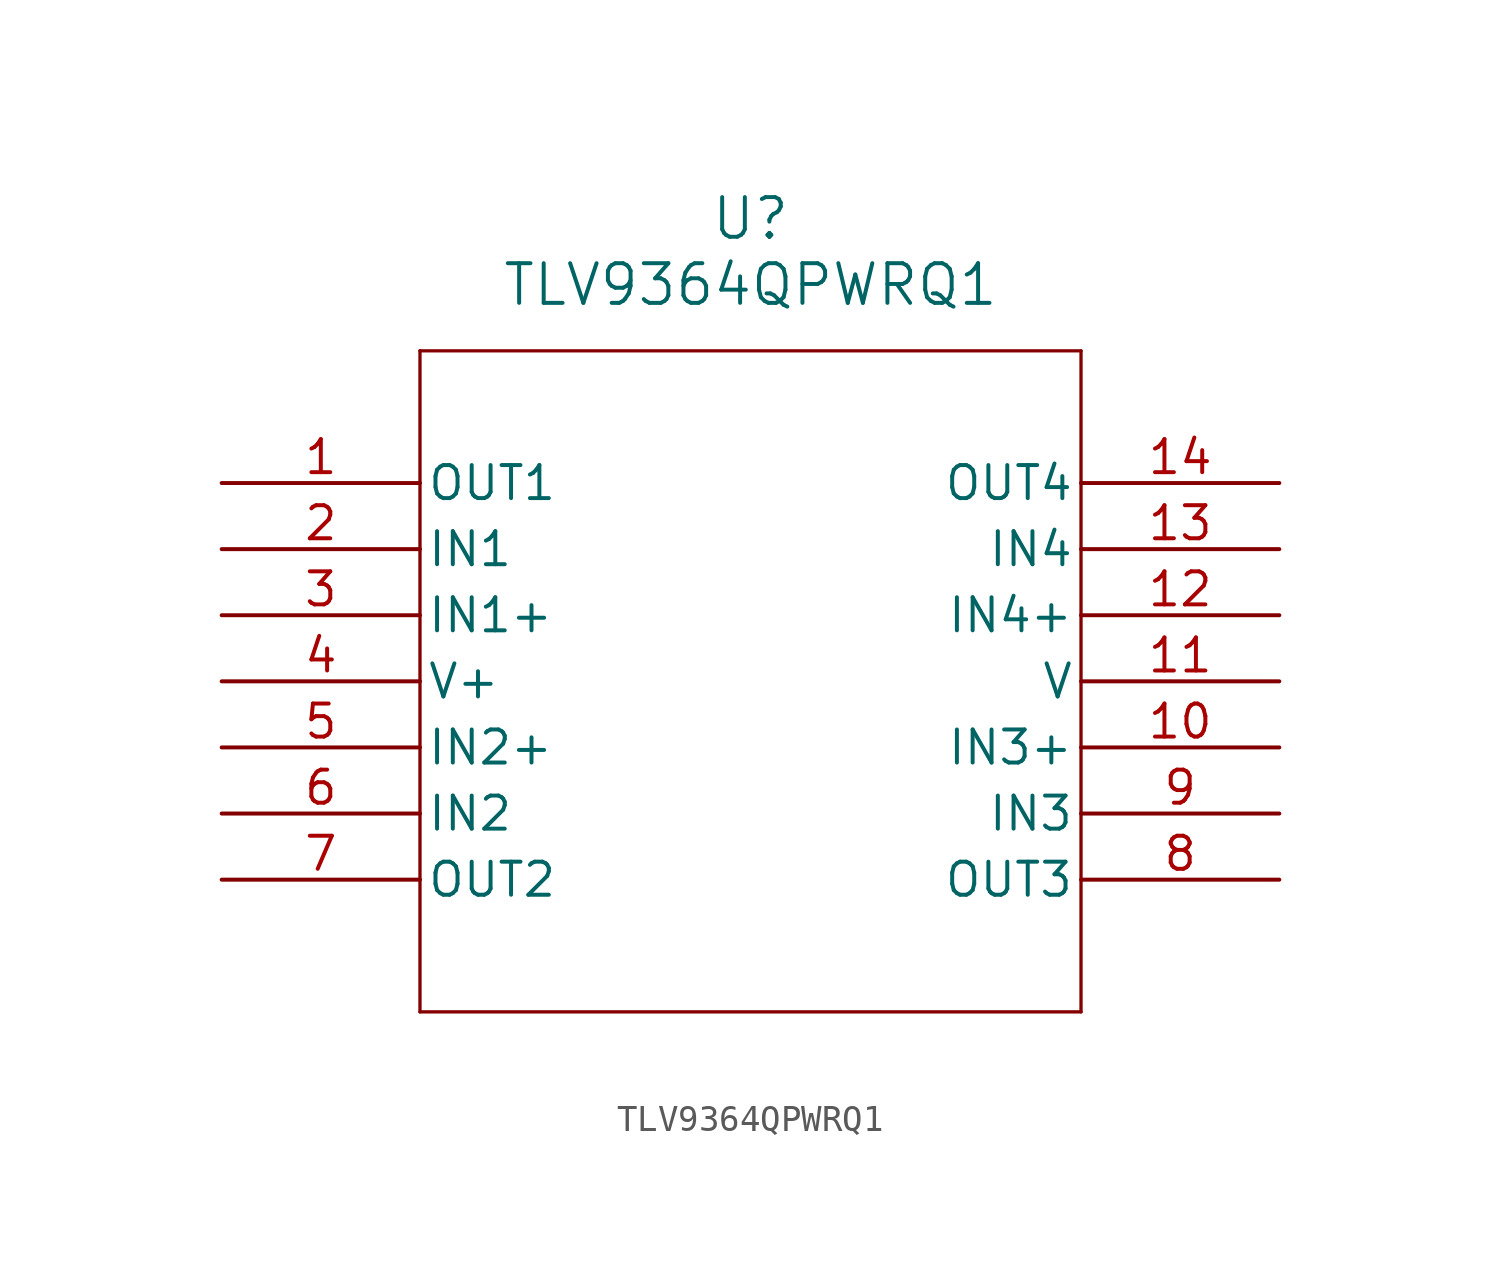
<source format=kicad_sym>
(kicad_symbol_lib
  (version 20211014)
  (generator kicad_symbol_editor)
  (symbol "TLV9364QPWRQ1"
    (pin_names
      (offset 0.254))
    (property "Reference" "U"
      (at 20.32 10.16 0)
      (effects (font (size 1.524 1.524))))
    (property "Value" "TLV9364QPWRQ1"
      (at 20.32 7.62 0)
      (effects (font (size 1.524 1.524))))
    (symbol "TLV9364QPWRQ1_0_1"
      (polyline (pts (xy 7.62 5.08) (xy 7.62 -20.32)) (stroke (width 0.127) (type default) (color 0 0 0 0)) (fill (type none)))
      (polyline (pts (xy 7.62 -20.32) (xy 33.02 -20.32)) (stroke (width 0.127) (type default) (color 0 0 0 0)) (fill (type none)))
      (polyline (pts (xy 33.02 -20.32) (xy 33.02 5.08)) (stroke (width 0.127) (type default) (color 0 0 0 0)) (fill (type none)))
      (polyline (pts (xy 33.02 5.08) (xy 7.62 5.08)) (stroke (width 0.127) (type default) (color 0 0 0 0)) (fill (type none)))
      (pin output line (at 0 0 0) (length 7.62) (name "OUT1" (effects (font (size 1.27 1.27)))) (number "1" (effects (font (size 1.27 1.27)))))
      (pin input line (at 0 -2.54 0) (length 7.62) (name "IN1" (effects (font (size 1.27 1.27)))) (number "2" (effects (font (size 1.27 1.27)))))
      (pin input line (at 0 -5.08 0) (length 7.62) (name "IN1+" (effects (font (size 1.27 1.27)))) (number "3" (effects (font (size 1.27 1.27)))))
      (pin power_in line (at 0 -7.62 0) (length 7.62) (name "V+" (effects (font (size 1.27 1.27)))) (number "4" (effects (font (size 1.27 1.27)))))
      (pin input line (at 0 -10.16 0) (length 7.62) (name "IN2+" (effects (font (size 1.27 1.27)))) (number "5" (effects (font (size 1.27 1.27)))))
      (pin input line (at 0 -12.7 0) (length 7.62) (name "IN2" (effects (font (size 1.27 1.27)))) (number "6" (effects (font (size 1.27 1.27)))))
      (pin output line (at 0 -15.24 0) (length 7.62) (name "OUT2" (effects (font (size 1.27 1.27)))) (number "7" (effects (font (size 1.27 1.27)))))
      (pin output line (at 40.64 -15.24 180) (length 7.62) (name "OUT3" (effects (font (size 1.27 1.27)))) (number "8" (effects (font (size 1.27 1.27)))))
      (pin input line (at 40.64 -12.7 180) (length 7.62) (name "IN3" (effects (font (size 1.27 1.27)))) (number "9" (effects (font (size 1.27 1.27)))))
      (pin input line (at 40.64 -10.16 180) (length 7.62) (name "IN3+" (effects (font (size 1.27 1.27)))) (number "10" (effects (font (size 1.27 1.27)))))
      (pin power_in line (at 40.64 -7.62 180) (length 7.62) (name "V" (effects (font (size 1.27 1.27)))) (number "11" (effects (font (size 1.27 1.27)))))
      (pin input line (at 40.64 -5.08 180) (length 7.62) (name "IN4+" (effects (font (size 1.27 1.27)))) (number "12" (effects (font (size 1.27 1.27)))))
      (pin input line (at 40.64 -2.54 180) (length 7.62) (name "IN4" (effects (font (size 1.27 1.27)))) (number "13" (effects (font (size 1.27 1.27)))))
      (pin output line (at 40.64 0 180) (length 7.62) (name "OUT4" (effects (font (size 1.27 1.27)))) (number "14" (effects (font (size 1.27 1.27))))))))
</source>
